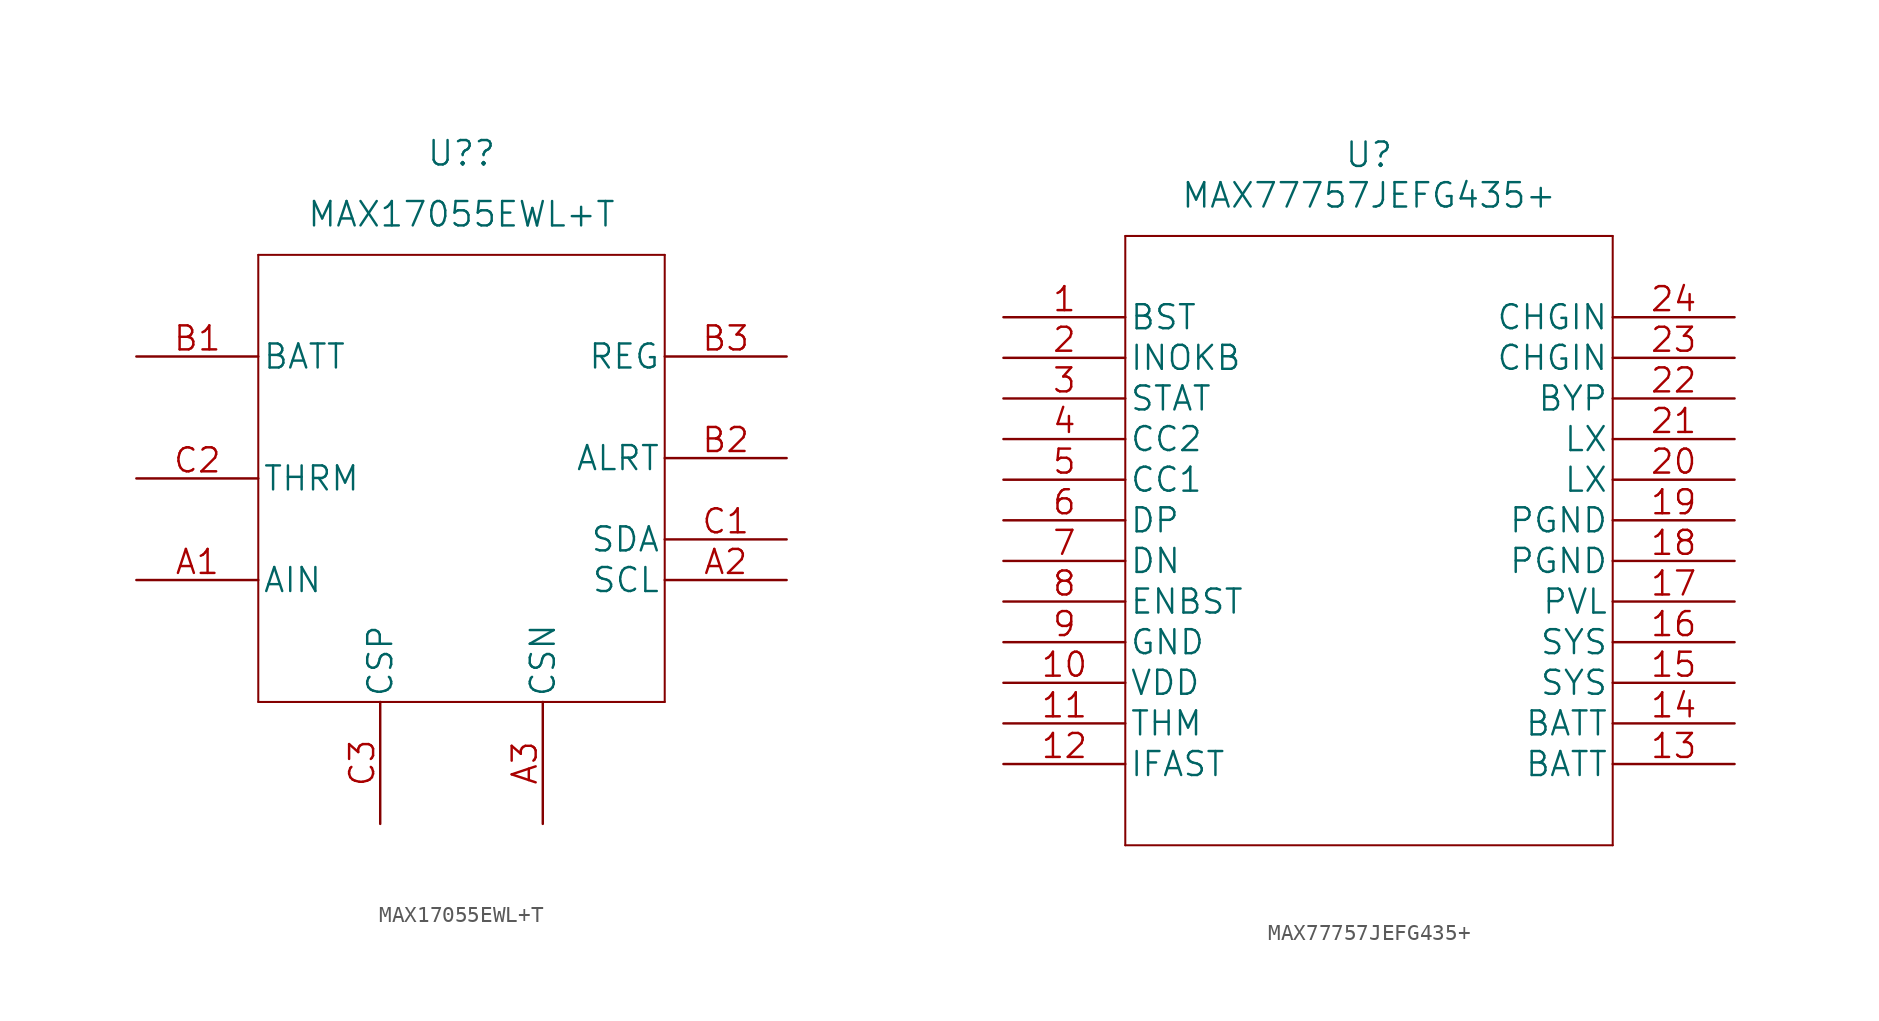
<source format=kicad_sym>
(kicad_symbol_lib
  (version 20211014)
  (generator kicad_symbol_editor)
  (symbol "MAX17055EWL+T"
    (pin_names
      (offset 0.254))
    (property "Reference" "U?"
      (at 20.32 11.43 0)
      (effects (font (size 1.524 1.524))))
    (property "Value" "MAX17055EWL+T"
      (at 20.32 7.62 0)
      (effects (font (size 1.524 1.524))))
    (property "Datasheet" ""
      (at 0 0 0)
      (effects (font (size 1.524 1.524))))
    (property "ki_locked" ""
      (at 0 0 0)
      (effects (font (size 1.27 1.27))))
    (symbol "MAX17055EWL+T_1_1"
      (polyline (pts (xy 7.62 -22.86) (xy 33.02 -22.86)) (stroke (width 0.127) (type default) (color 0 0 0 0)) (fill (type none)))
      (polyline (pts (xy 7.62 5.08) (xy 7.62 -22.86)) (stroke (width 0.127) (type default) (color 0 0 0 0)) (fill (type none)))
      (polyline (pts (xy 33.02 -22.86) (xy 33.02 5.08)) (stroke (width 0.127) (type default) (color 0 0 0 0)) (fill (type none)))
      (polyline (pts (xy 33.02 5.08) (xy 7.62 5.08)) (stroke (width 0.127) (type default) (color 0 0 0 0)) (fill (type none)))
      (pin input line (at 0 -15.24 0) (length 7.62) (name "AIN" (effects (font (size 1.499 1.499)))) (number "A1" (effects (font (size 1.499 1.499)))))
      (pin input line (at 40.64 -15.24 180) (length 7.62) (name "SCL" (effects (font (size 1.499 1.499)))) (number "A2" (effects (font (size 1.499 1.499)))))
      (pin unspecified line (at 25.4 -30.48 90) (length 7.62) (name "CSN" (effects (font (size 1.499 1.499)))) (number "A3" (effects (font (size 1.499 1.499)))))
      (pin unspecified line (at 0 -1.27 0) (length 7.62) (name "BATT" (effects (font (size 1.499 1.499)))) (number "B1" (effects (font (size 1.499 1.499)))))
      (pin output line (at 40.64 -7.62 180) (length 7.62) (name "ALRT" (effects (font (size 1.499 1.499)))) (number "B2" (effects (font (size 1.499 1.499)))))
      (pin output line (at 40.64 -1.27 180) (length 7.62) (name "REG" (effects (font (size 1.499 1.499)))) (number "B3" (effects (font (size 1.499 1.499)))))
      (pin bidirectional line (at 40.64 -12.7 180) (length 7.62) (name "SDA" (effects (font (size 1.499 1.499)))) (number "C1" (effects (font (size 1.499 1.499)))))
      (pin unspecified line (at 0 -8.89 0) (length 7.62) (name "THRM" (effects (font (size 1.499 1.499)))) (number "C2" (effects (font (size 1.499 1.499)))))
      (pin unspecified line (at 15.24 -30.48 90) (length 7.62) (name "CSP" (effects (font (size 1.499 1.499)))) (number "C3" (effects (font (size 1.499 1.499)))))))
  (symbol "MAX77757JEFG435+"
    (pin_names
      (offset 0.254))
    (property "Reference" "U"
      (at 22.86 10.16 0)
      (effects (font (size 1.524 1.524))))
    (property "Value" "MAX77757JEFG435+"
      (at 22.86 7.62 0)
      (effects (font (size 1.524 1.524))))
    (property "Datasheet" ""
      (at 0 0 0)
      (effects (font (size 1.524 1.524))))
    (property "ki_locked" ""
      (at 0 0 0)
      (effects (font (size 1.27 1.27))))
    (symbol "MAX77757JEFG435+_1_1"
      (polyline (pts (xy 7.62 -33.02) (xy 38.1 -33.02)) (stroke (width 0.127) (type default) (color 0 0 0 0)) (fill (type none)))
      (polyline (pts (xy 7.62 5.08) (xy 7.62 -33.02)) (stroke (width 0.127) (type default) (color 0 0 0 0)) (fill (type none)))
      (polyline (pts (xy 38.1 -33.02) (xy 38.1 5.08)) (stroke (width 0.127) (type default) (color 0 0 0 0)) (fill (type none)))
      (polyline (pts (xy 38.1 5.08) (xy 7.62 5.08)) (stroke (width 0.127) (type default) (color 0 0 0 0)) (fill (type none)))
      (pin unspecified line (at 0 0 0) (length 7.62) (name "BST" (effects (font (size 1.499 1.499)))) (number "1" (effects (font (size 1.499 1.499)))))
      (pin output line (at 0 -22.86 0) (length 7.62) (name "VDD" (effects (font (size 1.499 1.499)))) (number "10" (effects (font (size 1.499 1.499)))))
      (pin unspecified line (at 0 -25.4 0) (length 7.62) (name "THM" (effects (font (size 1.499 1.499)))) (number "11" (effects (font (size 1.499 1.499)))))
      (pin unspecified line (at 0 -27.94 0) (length 7.62) (name "IFAST" (effects (font (size 1.499 1.499)))) (number "12" (effects (font (size 1.499 1.499)))))
      (pin unspecified line (at 45.72 -27.94 180) (length 7.62) (name "BATT" (effects (font (size 1.499 1.499)))) (number "13" (effects (font (size 1.499 1.499)))))
      (pin unspecified line (at 45.72 -25.4 180) (length 7.62) (name "BATT" (effects (font (size 1.499 1.499)))) (number "14" (effects (font (size 1.499 1.499)))))
      (pin unspecified line (at 45.72 -22.86 180) (length 7.62) (name "SYS" (effects (font (size 1.499 1.499)))) (number "15" (effects (font (size 1.499 1.499)))))
      (pin unspecified line (at 45.72 -20.32 180) (length 7.62) (name "SYS" (effects (font (size 1.499 1.499)))) (number "16" (effects (font (size 1.499 1.499)))))
      (pin output line (at 45.72 -17.78 180) (length 7.62) (name "PVL" (effects (font (size 1.499 1.499)))) (number "17" (effects (font (size 1.499 1.499)))))
      (pin power_in line (at 45.72 -15.24 180) (length 7.62) (name "PGND" (effects (font (size 1.499 1.499)))) (number "18" (effects (font (size 1.499 1.499)))))
      (pin power_in line (at 45.72 -12.7 180) (length 7.62) (name "PGND" (effects (font (size 1.499 1.499)))) (number "19" (effects (font (size 1.499 1.499)))))
      (pin bidirectional line (at 0 -2.54 0) (length 7.62) (name "INOKB" (effects (font (size 1.499 1.499)))) (number "2" (effects (font (size 1.499 1.499)))))
      (pin unspecified line (at 45.72 -10.16 180) (length 7.62) (name "LX" (effects (font (size 1.499 1.499)))) (number "20" (effects (font (size 1.499 1.499)))))
      (pin unspecified line (at 45.72 -7.62 180) (length 7.62) (name "LX" (effects (font (size 1.499 1.499)))) (number "21" (effects (font (size 1.499 1.499)))))
      (pin output line (at 45.72 -5.08 180) (length 7.62) (name "BYP" (effects (font (size 1.499 1.499)))) (number "22" (effects (font (size 1.499 1.499)))))
      (pin input line (at 45.72 -2.54 180) (length 7.62) (name "CHGIN" (effects (font (size 1.499 1.499)))) (number "23" (effects (font (size 1.499 1.499)))))
      (pin input line (at 45.72 0 180) (length 7.62) (name "CHGIN" (effects (font (size 1.499 1.499)))) (number "24" (effects (font (size 1.499 1.499)))))
      (pin output line (at 0 -5.08 0) (length 7.62) (name "STAT" (effects (font (size 1.499 1.499)))) (number "3" (effects (font (size 1.499 1.499)))))
      (pin unspecified line (at 0 -7.62 0) (length 7.62) (name "CC2" (effects (font (size 1.499 1.499)))) (number "4" (effects (font (size 1.499 1.499)))))
      (pin unspecified line (at 0 -10.16 0) (length 7.62) (name "CC1" (effects (font (size 1.499 1.499)))) (number "5" (effects (font (size 1.499 1.499)))))
      (pin output line (at 0 -12.7 0) (length 7.62) (name "DP" (effects (font (size 1.499 1.499)))) (number "6" (effects (font (size 1.499 1.499)))))
      (pin output line (at 0 -15.24 0) (length 7.62) (name "DN" (effects (font (size 1.499 1.499)))) (number "7" (effects (font (size 1.499 1.499)))))
      (pin input line (at 0 -17.78 0) (length 7.62) (name "ENBST" (effects (font (size 1.499 1.499)))) (number "8" (effects (font (size 1.499 1.499)))))
      (pin power_in line (at 0 -20.32 0) (length 7.62) (name "GND" (effects (font (size 1.499 1.499)))) (number "9" (effects (font (size 1.499 1.499))))))))
</source>
